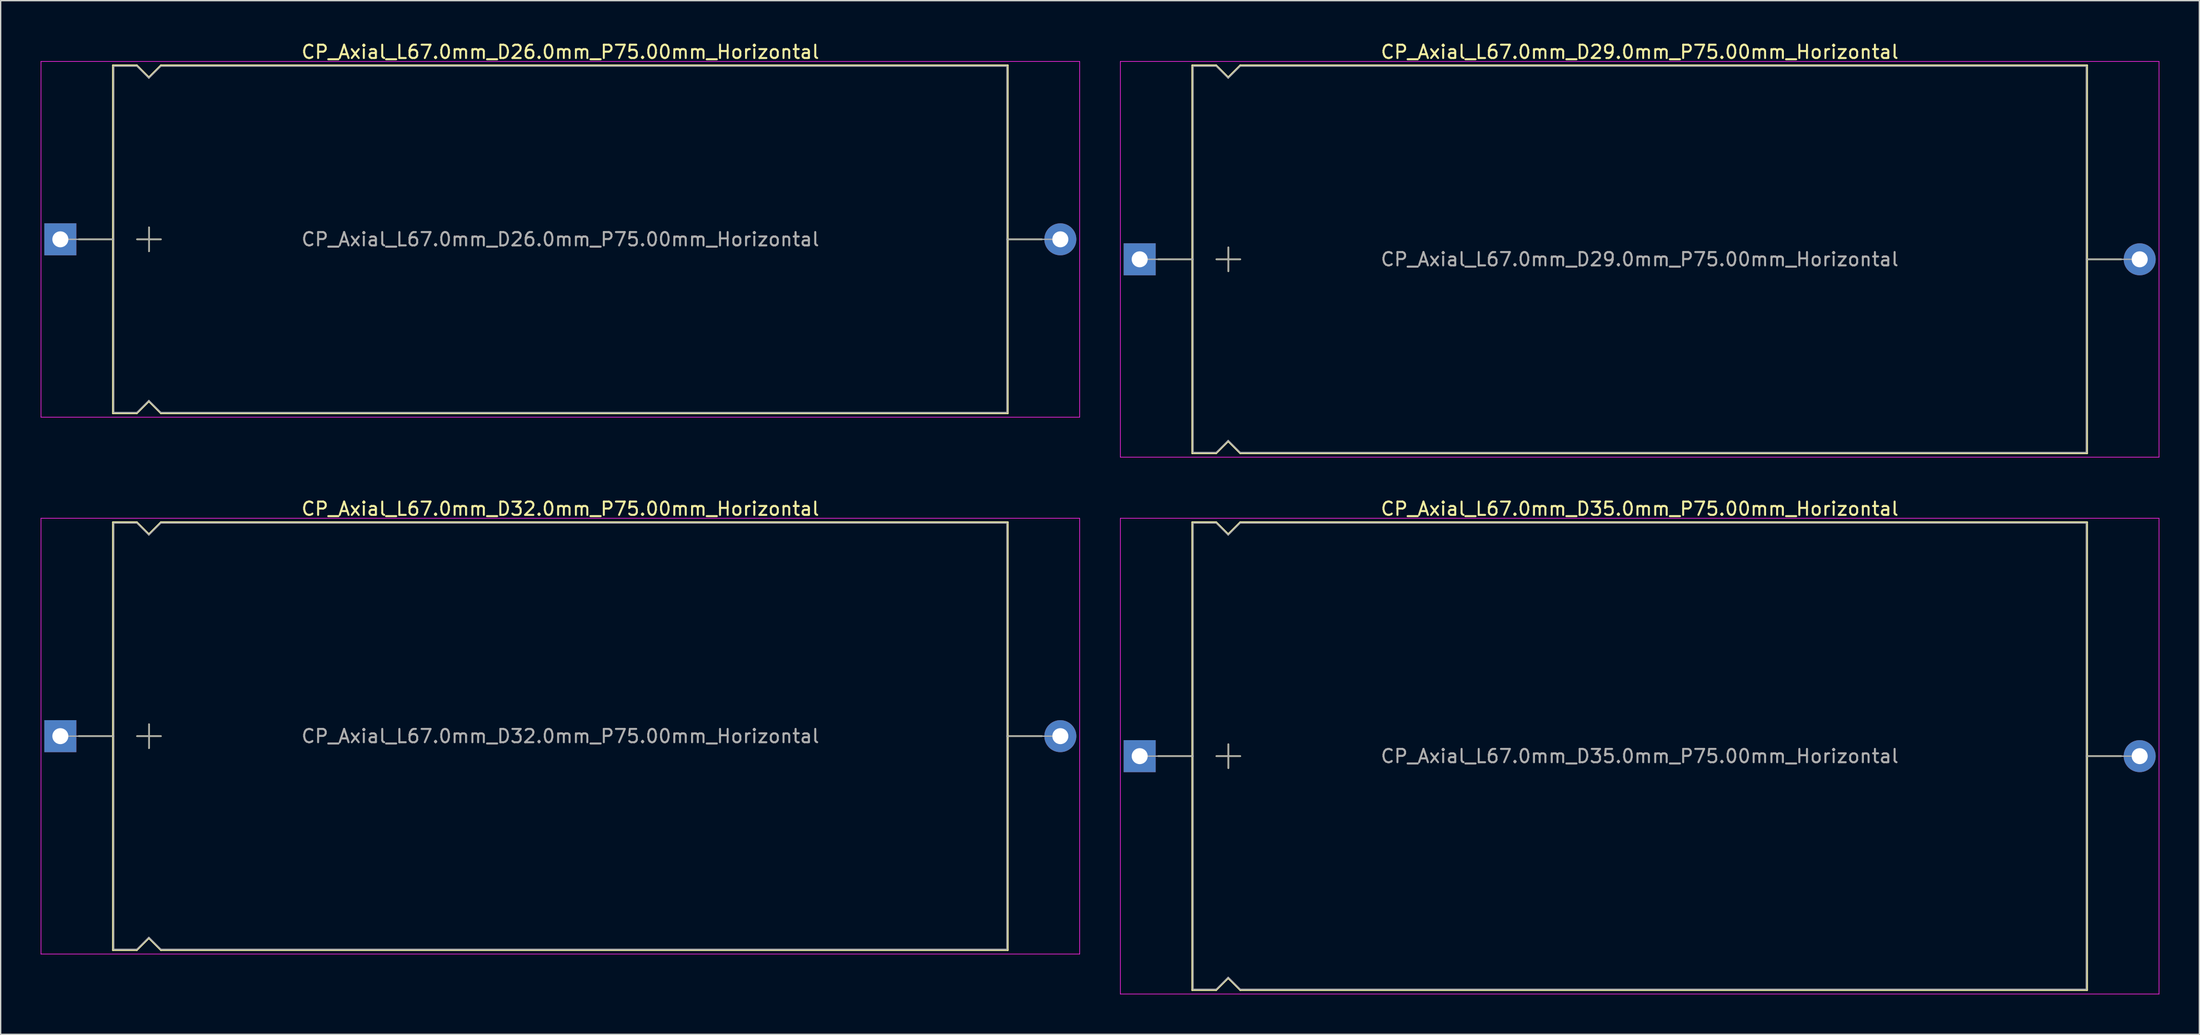
<source format=kicad_pcb>
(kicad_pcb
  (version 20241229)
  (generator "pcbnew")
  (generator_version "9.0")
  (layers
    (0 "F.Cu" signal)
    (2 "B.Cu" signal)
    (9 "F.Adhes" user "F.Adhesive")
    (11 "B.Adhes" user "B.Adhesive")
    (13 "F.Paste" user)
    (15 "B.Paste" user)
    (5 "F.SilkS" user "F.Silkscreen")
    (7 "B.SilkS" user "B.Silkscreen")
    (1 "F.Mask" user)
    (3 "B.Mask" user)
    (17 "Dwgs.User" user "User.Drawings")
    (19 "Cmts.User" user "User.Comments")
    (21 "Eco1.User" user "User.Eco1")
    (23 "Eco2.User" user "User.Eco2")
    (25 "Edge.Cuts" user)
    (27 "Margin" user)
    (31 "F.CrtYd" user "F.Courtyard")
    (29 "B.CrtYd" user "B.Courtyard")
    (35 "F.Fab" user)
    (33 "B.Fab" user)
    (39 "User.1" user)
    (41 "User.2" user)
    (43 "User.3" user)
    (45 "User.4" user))
  (footprint "CP_Axial_L67.0mm_D26.0mm_P75.00mm_Horizontal"
    (layer "F.Cu")
    (at 1.475 14.908)
    (property "Reference" "CP_Axial_L67.0mm_D26.0mm_P75.00mm_Horizontal" (at 37.5 -14.06 0) (layer "F.SilkS") (effects (font (size 1 1) (thickness 0.15))))
    (attr through_hole)
    (fp_line (start 1.38 0) (end 3.94 0) (stroke (width 0.12) (type solid)) (layer "F.SilkS"))
    (fp_line (start 3.94 -13.06) (end 3.94 13.06) (stroke (width 0.12) (type solid)) (layer "F.SilkS"))
    (fp_line (start 3.94 -13.06) (end 5.74 -13.06) (stroke (width 0.12) (type solid)) (layer "F.SilkS"))
    (fp_line (start 3.94 13.06) (end 5.74 13.06) (stroke (width 0.12) (type solid)) (layer "F.SilkS"))
    (fp_line (start 5.74 -13.06) (end 6.64 -12.16) (stroke (width 0.12) (type solid)) (layer "F.SilkS"))
    (fp_line (start 5.74 13.06) (end 6.64 12.16) (stroke (width 0.12) (type solid)) (layer "F.SilkS"))
    (fp_line (start 5.75 0) (end 7.55 0) (stroke (width 0.12) (type solid)) (layer "F.SilkS"))
    (fp_line (start 6.64 -12.16) (end 7.54 -13.06) (stroke (width 0.12) (type solid)) (layer "F.SilkS"))
    (fp_line (start 6.64 12.16) (end 7.54 13.06) (stroke (width 0.12) (type solid)) (layer "F.SilkS"))
    (fp_line (start 6.65 -0.9) (end 6.65 0.9) (stroke (width 0.12) (type solid)) (layer "F.SilkS"))
    (fp_line (start 7.54 -13.06) (end 71.06 -13.06) (stroke (width 0.12) (type solid)) (layer "F.SilkS"))
    (fp_line (start 7.54 13.06) (end 71.06 13.06) (stroke (width 0.12) (type solid)) (layer "F.SilkS"))
    (fp_line (start 71.06 -13.06) (end 71.06 13.06) (stroke (width 0.12) (type solid)) (layer "F.SilkS"))
    (fp_line (start 73.62 0) (end 71.06 0) (stroke (width 0.12) (type solid)) (layer "F.SilkS"))
    (fp_line (start -1.45 -13.35) (end -1.45 13.35) (stroke (width 0.05) (type solid)) (layer "F.CrtYd"))
    (fp_line (start -1.45 13.35) (end 76.45 13.35) (stroke (width 0.05) (type solid)) (layer "F.CrtYd"))
    (fp_line (start 76.45 -13.35) (end -1.45 -13.35) (stroke (width 0.05) (type solid)) (layer "F.CrtYd"))
    (fp_line (start 76.45 13.35) (end 76.45 -13.35) (stroke (width 0.05) (type solid)) (layer "F.CrtYd"))
    (fp_line (start 0 0) (end 4 0) (stroke (width 0.1) (type solid)) (layer "F.Fab"))
    (fp_line (start 4 -13) (end 4 13) (stroke (width 0.1) (type solid)) (layer "F.Fab"))
    (fp_line (start 4 -13) (end 5.74 -13) (stroke (width 0.1) (type solid)) (layer "F.Fab"))
    (fp_line (start 4 13) (end 5.74 13) (stroke (width 0.1) (type solid)) (layer "F.Fab"))
    (fp_line (start 5.74 -13) (end 6.64 -12.1) (stroke (width 0.1) (type solid)) (layer "F.Fab"))
    (fp_line (start 5.74 13) (end 6.64 12.1) (stroke (width 0.1) (type solid)) (layer "F.Fab"))
    (fp_line (start 5.75 0) (end 7.55 0) (stroke (width 0.1) (type solid)) (layer "F.Fab"))
    (fp_line (start 6.64 -12.1) (end 7.54 -13) (stroke (width 0.1) (type solid)) (layer "F.Fab"))
    (fp_line (start 6.64 12.1) (end 7.54 13) (stroke (width 0.1) (type solid)) (layer "F.Fab"))
    (fp_line (start 6.65 -0.9) (end 6.65 0.9) (stroke (width 0.1) (type solid)) (layer "F.Fab"))
    (fp_line (start 7.54 -13) (end 71 -13) (stroke (width 0.1) (type solid)) (layer "F.Fab"))
    (fp_line (start 7.54 13) (end 71 13) (stroke (width 0.1) (type solid)) (layer "F.Fab"))
    (fp_line (start 71 -13) (end 71 13) (stroke (width 0.1) (type solid)) (layer "F.Fab"))
    (fp_line (start 75 0) (end 71 0) (stroke (width 0.1) (type solid)) (layer "F.Fab"))
    (fp_text user "${REFERENCE}" (at 37.5 0 0) (layer "F.Fab") (effects (font (size 1 1) (thickness 0.15))))
    (pad "1" thru_hole rect (at 0 0) (size 2.4 2.4) (drill 1.2) (layers "*.Cu" "*.Mask"))
    (pad "2" thru_hole oval (at 75 0) (size 2.4 2.4) (drill 1.2) (layers "*.Cu" "*.Mask")))
  (footprint "CP_Axial_L67.0mm_D29.0mm_P75.00mm_Horizontal"
    (layer "F.Cu")
    (at 82.425 16.408)
    (property "Reference" "CP_Axial_L67.0mm_D29.0mm_P75.00mm_Horizontal" (at 37.5 -15.56 0) (layer "F.SilkS") (effects (font (size 1 1) (thickness 0.15))))
    (attr through_hole)
    (fp_line (start 1.38 0) (end 3.94 0) (stroke (width 0.12) (type solid)) (layer "F.SilkS"))
    (fp_line (start 3.94 -14.56) (end 3.94 14.56) (stroke (width 0.12) (type solid)) (layer "F.SilkS"))
    (fp_line (start 3.94 -14.56) (end 5.74 -14.56) (stroke (width 0.12) (type solid)) (layer "F.SilkS"))
    (fp_line (start 3.94 14.56) (end 5.74 14.56) (stroke (width 0.12) (type solid)) (layer "F.SilkS"))
    (fp_line (start 5.74 -14.56) (end 6.64 -13.66) (stroke (width 0.12) (type solid)) (layer "F.SilkS"))
    (fp_line (start 5.74 14.56) (end 6.64 13.66) (stroke (width 0.12) (type solid)) (layer "F.SilkS"))
    (fp_line (start 5.75 0) (end 7.55 0) (stroke (width 0.12) (type solid)) (layer "F.SilkS"))
    (fp_line (start 6.64 -13.66) (end 7.54 -14.56) (stroke (width 0.12) (type solid)) (layer "F.SilkS"))
    (fp_line (start 6.64 13.66) (end 7.54 14.56) (stroke (width 0.12) (type solid)) (layer "F.SilkS"))
    (fp_line (start 6.65 -0.9) (end 6.65 0.9) (stroke (width 0.12) (type solid)) (layer "F.SilkS"))
    (fp_line (start 7.54 -14.56) (end 71.06 -14.56) (stroke (width 0.12) (type solid)) (layer "F.SilkS"))
    (fp_line (start 7.54 14.56) (end 71.06 14.56) (stroke (width 0.12) (type solid)) (layer "F.SilkS"))
    (fp_line (start 71.06 -14.56) (end 71.06 14.56) (stroke (width 0.12) (type solid)) (layer "F.SilkS"))
    (fp_line (start 73.62 0) (end 71.06 0) (stroke (width 0.12) (type solid)) (layer "F.SilkS"))
    (fp_line (start -1.45 -14.85) (end -1.45 14.85) (stroke (width 0.05) (type solid)) (layer "F.CrtYd"))
    (fp_line (start -1.45 14.85) (end 76.45 14.85) (stroke (width 0.05) (type solid)) (layer "F.CrtYd"))
    (fp_line (start 76.45 -14.85) (end -1.45 -14.85) (stroke (width 0.05) (type solid)) (layer "F.CrtYd"))
    (fp_line (start 76.45 14.85) (end 76.45 -14.85) (stroke (width 0.05) (type solid)) (layer "F.CrtYd"))
    (fp_line (start 0 0) (end 4 0) (stroke (width 0.1) (type solid)) (layer "F.Fab"))
    (fp_line (start 4 -14.5) (end 4 14.5) (stroke (width 0.1) (type solid)) (layer "F.Fab"))
    (fp_line (start 4 -14.5) (end 5.74 -14.5) (stroke (width 0.1) (type solid)) (layer "F.Fab"))
    (fp_line (start 4 14.5) (end 5.74 14.5) (stroke (width 0.1) (type solid)) (layer "F.Fab"))
    (fp_line (start 5.74 -14.5) (end 6.64 -13.6) (stroke (width 0.1) (type solid)) (layer "F.Fab"))
    (fp_line (start 5.74 14.5) (end 6.64 13.6) (stroke (width 0.1) (type solid)) (layer "F.Fab"))
    (fp_line (start 5.75 0) (end 7.55 0) (stroke (width 0.1) (type solid)) (layer "F.Fab"))
    (fp_line (start 6.64 -13.6) (end 7.54 -14.5) (stroke (width 0.1) (type solid)) (layer "F.Fab"))
    (fp_line (start 6.64 13.6) (end 7.54 14.5) (stroke (width 0.1) (type solid)) (layer "F.Fab"))
    (fp_line (start 6.65 -0.9) (end 6.65 0.9) (stroke (width 0.1) (type solid)) (layer "F.Fab"))
    (fp_line (start 7.54 -14.5) (end 71 -14.5) (stroke (width 0.1) (type solid)) (layer "F.Fab"))
    (fp_line (start 7.54 14.5) (end 71 14.5) (stroke (width 0.1) (type solid)) (layer "F.Fab"))
    (fp_line (start 71 -14.5) (end 71 14.5) (stroke (width 0.1) (type solid)) (layer "F.Fab"))
    (fp_line (start 75 0) (end 71 0) (stroke (width 0.1) (type solid)) (layer "F.Fab"))
    (fp_text user "${REFERENCE}" (at 37.5 0 0) (layer "F.Fab") (effects (font (size 1 1) (thickness 0.15))))
    (pad "1" thru_hole rect (at 0 0) (size 2.4 2.4) (drill 1.2) (layers "*.Cu" "*.Mask"))
    (pad "2" thru_hole oval (at 75 0) (size 2.4 2.4) (drill 1.2) (layers "*.Cu" "*.Mask")))
  (footprint "CP_Axial_L67.0mm_D35.0mm_P75.00mm_Horizontal"
    (layer "F.Cu")
    (at 82.425 53.691)
    (property "Reference" "CP_Axial_L67.0mm_D35.0mm_P75.00mm_Horizontal" (at 37.5 -18.56 0) (layer "F.SilkS") (effects (font (size 1 1) (thickness 0.15))))
    (attr through_hole)
    (fp_line (start 1.38 0) (end 3.94 0) (stroke (width 0.12) (type solid)) (layer "F.SilkS"))
    (fp_line (start 3.94 -17.56) (end 3.94 17.56) (stroke (width 0.12) (type solid)) (layer "F.SilkS"))
    (fp_line (start 3.94 -17.56) (end 5.74 -17.56) (stroke (width 0.12) (type solid)) (layer "F.SilkS"))
    (fp_line (start 3.94 17.56) (end 5.74 17.56) (stroke (width 0.12) (type solid)) (layer "F.SilkS"))
    (fp_line (start 5.74 -17.56) (end 6.64 -16.66) (stroke (width 0.12) (type solid)) (layer "F.SilkS"))
    (fp_line (start 5.74 17.56) (end 6.64 16.66) (stroke (width 0.12) (type solid)) (layer "F.SilkS"))
    (fp_line (start 5.75 0) (end 7.55 0) (stroke (width 0.12) (type solid)) (layer "F.SilkS"))
    (fp_line (start 6.64 -16.66) (end 7.54 -17.56) (stroke (width 0.12) (type solid)) (layer "F.SilkS"))
    (fp_line (start 6.64 16.66) (end 7.54 17.56) (stroke (width 0.12) (type solid)) (layer "F.SilkS"))
    (fp_line (start 6.65 -0.9) (end 6.65 0.9) (stroke (width 0.12) (type solid)) (layer "F.SilkS"))
    (fp_line (start 7.54 -17.56) (end 71.06 -17.56) (stroke (width 0.12) (type solid)) (layer "F.SilkS"))
    (fp_line (start 7.54 17.56) (end 71.06 17.56) (stroke (width 0.12) (type solid)) (layer "F.SilkS"))
    (fp_line (start 71.06 -17.56) (end 71.06 17.56) (stroke (width 0.12) (type solid)) (layer "F.SilkS"))
    (fp_line (start 73.62 0) (end 71.06 0) (stroke (width 0.12) (type solid)) (layer "F.SilkS"))
    (fp_line (start -1.45 -17.85) (end -1.45 17.85) (stroke (width 0.05) (type solid)) (layer "F.CrtYd"))
    (fp_line (start -1.45 17.85) (end 76.45 17.85) (stroke (width 0.05) (type solid)) (layer "F.CrtYd"))
    (fp_line (start 76.45 -17.85) (end -1.45 -17.85) (stroke (width 0.05) (type solid)) (layer "F.CrtYd"))
    (fp_line (start 76.45 17.85) (end 76.45 -17.85) (stroke (width 0.05) (type solid)) (layer "F.CrtYd"))
    (fp_line (start 0 0) (end 4 0) (stroke (width 0.1) (type solid)) (layer "F.Fab"))
    (fp_line (start 4 -17.5) (end 4 17.5) (stroke (width 0.1) (type solid)) (layer "F.Fab"))
    (fp_line (start 4 -17.5) (end 5.74 -17.5) (stroke (width 0.1) (type solid)) (layer "F.Fab"))
    (fp_line (start 4 17.5) (end 5.74 17.5) (stroke (width 0.1) (type solid)) (layer "F.Fab"))
    (fp_line (start 5.74 -17.5) (end 6.64 -16.6) (stroke (width 0.1) (type solid)) (layer "F.Fab"))
    (fp_line (start 5.74 17.5) (end 6.64 16.6) (stroke (width 0.1) (type solid)) (layer "F.Fab"))
    (fp_line (start 5.75 0) (end 7.55 0) (stroke (width 0.1) (type solid)) (layer "F.Fab"))
    (fp_line (start 6.64 -16.6) (end 7.54 -17.5) (stroke (width 0.1) (type solid)) (layer "F.Fab"))
    (fp_line (start 6.64 16.6) (end 7.54 17.5) (stroke (width 0.1) (type solid)) (layer "F.Fab"))
    (fp_line (start 6.65 -0.9) (end 6.65 0.9) (stroke (width 0.1) (type solid)) (layer "F.Fab"))
    (fp_line (start 7.54 -17.5) (end 71 -17.5) (stroke (width 0.1) (type solid)) (layer "F.Fab"))
    (fp_line (start 7.54 17.5) (end 71 17.5) (stroke (width 0.1) (type solid)) (layer "F.Fab"))
    (fp_line (start 71 -17.5) (end 71 17.5) (stroke (width 0.1) (type solid)) (layer "F.Fab"))
    (fp_line (start 75 0) (end 71 0) (stroke (width 0.1) (type solid)) (layer "F.Fab"))
    (fp_text user "${REFERENCE}" (at 37.5 0 0) (layer "F.Fab") (effects (font (size 1 1) (thickness 0.15))))
    (pad "1" thru_hole rect (at 0 0) (size 2.4 2.4) (drill 1.2) (layers "*.Cu" "*.Mask"))
    (pad "2" thru_hole oval (at 75 0) (size 2.4 2.4) (drill 1.2) (layers "*.Cu" "*.Mask")))
  (footprint "CP_Axial_L67.0mm_D32.0mm_P75.00mm_Horizontal"
    (layer "F.Cu")
    (at 1.475 52.191)
    (property "Reference" "CP_Axial_L67.0mm_D32.0mm_P75.00mm_Horizontal" (at 37.5 -17.06 0) (layer "F.SilkS") (effects (font (size 1 1) (thickness 0.15))))
    (attr through_hole)
    (fp_line (start 1.38 0) (end 3.94 0) (stroke (width 0.12) (type solid)) (layer "F.SilkS"))
    (fp_line (start 3.94 -16.06) (end 3.94 16.06) (stroke (width 0.12) (type solid)) (layer "F.SilkS"))
    (fp_line (start 3.94 -16.06) (end 5.74 -16.06) (stroke (width 0.12) (type solid)) (layer "F.SilkS"))
    (fp_line (start 3.94 16.06) (end 5.74 16.06) (stroke (width 0.12) (type solid)) (layer "F.SilkS"))
    (fp_line (start 5.74 -16.06) (end 6.64 -15.16) (stroke (width 0.12) (type solid)) (layer "F.SilkS"))
    (fp_line (start 5.74 16.06) (end 6.64 15.16) (stroke (width 0.12) (type solid)) (layer "F.SilkS"))
    (fp_line (start 5.75 0) (end 7.55 0) (stroke (width 0.12) (type solid)) (layer "F.SilkS"))
    (fp_line (start 6.64 -15.16) (end 7.54 -16.06) (stroke (width 0.12) (type solid)) (layer "F.SilkS"))
    (fp_line (start 6.64 15.16) (end 7.54 16.06) (stroke (width 0.12) (type solid)) (layer "F.SilkS"))
    (fp_line (start 6.65 -0.9) (end 6.65 0.9) (stroke (width 0.12) (type solid)) (layer "F.SilkS"))
    (fp_line (start 7.54 -16.06) (end 71.06 -16.06) (stroke (width 0.12) (type solid)) (layer "F.SilkS"))
    (fp_line (start 7.54 16.06) (end 71.06 16.06) (stroke (width 0.12) (type solid)) (layer "F.SilkS"))
    (fp_line (start 71.06 -16.06) (end 71.06 16.06) (stroke (width 0.12) (type solid)) (layer "F.SilkS"))
    (fp_line (start 73.62 0) (end 71.06 0) (stroke (width 0.12) (type solid)) (layer "F.SilkS"))
    (fp_line (start -1.45 -16.35) (end -1.45 16.35) (stroke (width 0.05) (type solid)) (layer "F.CrtYd"))
    (fp_line (start -1.45 16.35) (end 76.45 16.35) (stroke (width 0.05) (type solid)) (layer "F.CrtYd"))
    (fp_line (start 76.45 -16.35) (end -1.45 -16.35) (stroke (width 0.05) (type solid)) (layer "F.CrtYd"))
    (fp_line (start 76.45 16.35) (end 76.45 -16.35) (stroke (width 0.05) (type solid)) (layer "F.CrtYd"))
    (fp_line (start 0 0) (end 4 0) (stroke (width 0.1) (type solid)) (layer "F.Fab"))
    (fp_line (start 4 -16) (end 4 16) (stroke (width 0.1) (type solid)) (layer "F.Fab"))
    (fp_line (start 4 -16) (end 5.74 -16) (stroke (width 0.1) (type solid)) (layer "F.Fab"))
    (fp_line (start 4 16) (end 5.74 16) (stroke (width 0.1) (type solid)) (layer "F.Fab"))
    (fp_line (start 5.74 -16) (end 6.64 -15.1) (stroke (width 0.1) (type solid)) (layer "F.Fab"))
    (fp_line (start 5.74 16) (end 6.64 15.1) (stroke (width 0.1) (type solid)) (layer "F.Fab"))
    (fp_line (start 5.75 0) (end 7.55 0) (stroke (width 0.1) (type solid)) (layer "F.Fab"))
    (fp_line (start 6.64 -15.1) (end 7.54 -16) (stroke (width 0.1) (type solid)) (layer "F.Fab"))
    (fp_line (start 6.64 15.1) (end 7.54 16) (stroke (width 0.1) (type solid)) (layer "F.Fab"))
    (fp_line (start 6.65 -0.9) (end 6.65 0.9) (stroke (width 0.1) (type solid)) (layer "F.Fab"))
    (fp_line (start 7.54 -16) (end 71 -16) (stroke (width 0.1) (type solid)) (layer "F.Fab"))
    (fp_line (start 7.54 16) (end 71 16) (stroke (width 0.1) (type solid)) (layer "F.Fab"))
    (fp_line (start 71 -16) (end 71 16) (stroke (width 0.1) (type solid)) (layer "F.Fab"))
    (fp_line (start 75 0) (end 71 0) (stroke (width 0.1) (type solid)) (layer "F.Fab"))
    (fp_text user "${REFERENCE}" (at 37.5 0 0) (layer "F.Fab") (effects (font (size 1 1) (thickness 0.15))))
    (pad "1" thru_hole rect (at 0 0) (size 2.4 2.4) (drill 1.2) (layers "*.Cu" "*.Mask"))
    (pad "2" thru_hole oval (at 75 0) (size 2.4 2.4) (drill 1.2) (layers "*.Cu" "*.Mask")))
  (gr_rect
    (start -3 -3)
    (end 161.9 74.567)
    (stroke (width 0.1) (type default))
    (fill no)
    (layer "Edge.Cuts")))
</source>
